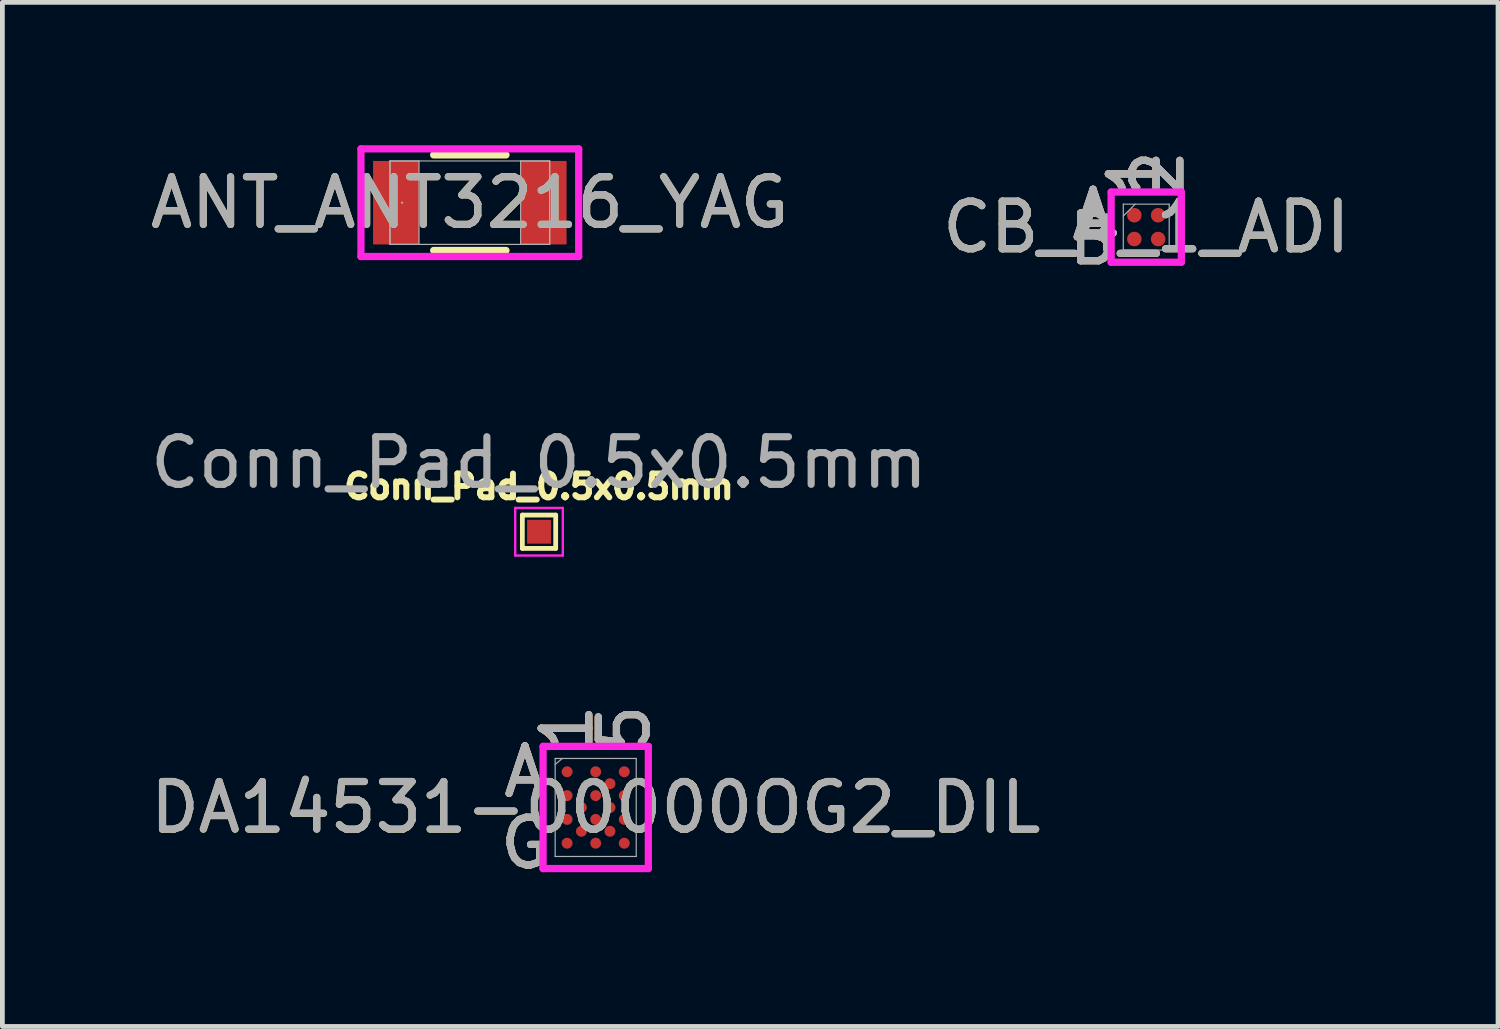
<source format=kicad_pcb>
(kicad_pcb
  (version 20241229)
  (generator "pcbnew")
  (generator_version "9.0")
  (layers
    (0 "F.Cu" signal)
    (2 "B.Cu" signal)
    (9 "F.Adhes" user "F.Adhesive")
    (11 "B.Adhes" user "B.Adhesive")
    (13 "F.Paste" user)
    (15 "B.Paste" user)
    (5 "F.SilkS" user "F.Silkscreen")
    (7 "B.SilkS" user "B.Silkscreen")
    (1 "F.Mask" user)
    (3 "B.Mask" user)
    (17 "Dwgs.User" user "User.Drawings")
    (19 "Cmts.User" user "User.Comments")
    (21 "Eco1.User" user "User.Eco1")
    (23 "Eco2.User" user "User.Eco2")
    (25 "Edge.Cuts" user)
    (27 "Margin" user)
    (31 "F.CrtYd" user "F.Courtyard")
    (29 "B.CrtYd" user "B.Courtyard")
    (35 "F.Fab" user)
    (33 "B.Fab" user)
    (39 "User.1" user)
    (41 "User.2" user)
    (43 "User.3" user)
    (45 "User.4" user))
  (footprint "DA14531-00000OG2_DIL"
    (layer "F.Cu")
    (at 9.458 13.905)
    (property "Reference" "DA14531-00000OG2_DIL" (at 0 0 0) (unlocked yes) (layer "F.SilkS") (effects (font (size 1 1) (thickness 0.15))))
    (attr smd)
    (fp_poly (pts (xy -1.194 -1.319) (xy 1.194 -1.319) (xy 1.194 1.319) (xy -1.194 1.319)) (stroke (width 0.1) (type solid)) (fill no) (layer "Eco2.User"))
    (fp_line (start -1.105 -1.283) (end 1.105 -1.283) (stroke (width 0.152) (type solid)) (layer "F.CrtYd"))
    (fp_line (start -1.105 1.283) (end -1.105 -1.283) (stroke (width 0.152) (type solid)) (layer "F.CrtYd"))
    (fp_line (start 1.105 -1.283) (end 1.105 1.283) (stroke (width 0.152) (type solid)) (layer "F.CrtYd"))
    (fp_line (start 1.105 1.283) (end -1.105 1.283) (stroke (width 0.152) (type solid)) (layer "F.CrtYd"))
    (fp_line (start -0.851 -1.029) (end -0.851 1.029) (stroke (width 0.025) (type solid)) (layer "F.Fab"))
    (fp_line (start -0.851 1.029) (end 0.851 1.029) (stroke (width 0.025) (type solid)) (layer "F.Fab"))
    (fp_line (start -0.701 -1.029) (end -0.851 -0.904) (stroke (width 0.025) (type solid)) (layer "F.Fab"))
    (fp_line (start 0.851 -1.029) (end -0.851 -1.029) (stroke (width 0.025) (type solid)) (layer "F.Fab"))
    (fp_line (start 0.851 1.029) (end 0.851 -1.029) (stroke (width 0.025) (type solid)) (layer "F.Fab"))
    (fp_text user "1" (at -0.6 -1.664 90) (unlocked yes) (layer "F.SilkS") (effects (font (size 1 1) (thickness 0.15))))
    (fp_text user "A" (at -1.486 -0.75 0) (unlocked yes) (layer "F.SilkS") (effects (font (size 1 1) (thickness 0.15))))
    (fp_text user "G" (at -1.486 0.75 0) (unlocked yes) (layer "F.SilkS") (effects (font (size 1 1) (thickness 0.15))))
    (fp_text user "5" (at 0.6 -1.664 90) (unlocked yes) (layer "F.SilkS") (effects (font (size 1 1) (thickness 0.15))))
    (fp_text user "5" (at 0.6 -1.664 90) (unlocked yes) (layer "B.SilkS") (effects (font (size 1 1) (thickness 0.15))))
    (fp_text user "1" (at -0.6 -1.664 90) (unlocked yes) (layer "B.SilkS") (effects (font (size 1 1) (thickness 0.15))))
    (fp_text user "A" (at -1.486 -0.75 0) (unlocked yes) (layer "B.SilkS") (effects (font (size 1 1) (thickness 0.15))))
    (fp_text user "G" (at -1.486 0.75 0) (unlocked yes) (layer "B.SilkS") (effects (font (size 1 1) (thickness 0.15))))
    (fp_text user "1" (at -0.6 -1.664 90) (unlocked yes) (layer "F.Fab") (effects (font (size 1 1) (thickness 0.15))))
    (fp_text user "5" (at 0.6 -1.664 90) (unlocked yes) (layer "F.Fab") (effects (font (size 1 1) (thickness 0.15))))
    (fp_text user "A" (at -1.486 -0.75 0) (unlocked yes) (layer "F.Fab") (effects (font (size 1 1) (thickness 0.15))))
    (fp_text user "G" (at -1.486 0.75 0) (unlocked yes) (layer "F.Fab") (effects (font (size 1 1) (thickness 0.15))))
    (fp_text user "${REFERENCE}" (at 0 0 0) (unlocked yes) (layer "F.Fab") (effects (font (size 1 1) (thickness 0.15))))
    (pad "A1" smd circle (at -0.6 -0.75) (size 0.229 0.229) (layers "F.Cu" "F.Mask" "F.Paste"))
    (pad "A3" smd circle (at 0 -0.75) (size 0.229 0.229) (layers "F.Cu" "F.Mask" "F.Paste"))
    (pad "A5" smd circle (at 0.6 -0.75) (size 0.229 0.229) (layers "F.Cu" "F.Mask" "F.Paste"))
    (pad "B4" smd circle (at 0.3 -0.5) (size 0.229 0.229) (layers "F.Cu" "F.Mask" "F.Paste"))
    (pad "C1" smd circle (at -0.6 -0.25) (size 0.229 0.229) (layers "F.Cu" "F.Mask" "F.Paste"))
    (pad "C3" smd circle (at 0 -0.25) (size 0.229 0.229) (layers "F.Cu" "F.Mask" "F.Paste"))
    (pad "C5" smd circle (at 0.6 -0.25) (size 0.229 0.229) (layers "F.Cu" "F.Mask" "F.Paste"))
    (pad "D2" smd circle (at -0.3 0) (size 0.229 0.229) (layers "F.Cu" "F.Mask" "F.Paste"))
    (pad "D4" smd circle (at 0.3 0) (size 0.229 0.229) (layers "F.Cu" "F.Mask" "F.Paste"))
    (pad "E1" smd circle (at -0.6 0.25) (size 0.229 0.229) (layers "F.Cu" "F.Mask" "F.Paste"))
    (pad "E3" smd circle (at 0 0.25) (size 0.229 0.229) (layers "F.Cu" "F.Mask" "F.Paste"))
    (pad "E5" smd circle (at 0.6 0.25) (size 0.229 0.229) (layers "F.Cu" "F.Mask" "F.Paste"))
    (pad "F2" smd circle (at -0.3 0.5) (size 0.229 0.229) (layers "F.Cu" "F.Mask" "F.Paste"))
    (pad "F4" smd circle (at 0.3 0.5) (size 0.229 0.229) (layers "F.Cu" "F.Mask" "F.Paste"))
    (pad "G1" smd circle (at -0.6 0.75) (size 0.229 0.229) (layers "F.Cu" "F.Mask" "F.Paste"))
    (pad "G3" smd circle (at 0 0.75) (size 0.229 0.229) (layers "F.Cu" "F.Mask" "F.Paste"))
    (pad "G5" smd circle (at 0.6 0.75) (size 0.229 0.229) (layers "F.Cu" "F.Mask" "F.Paste")))
  (footprint "ANT_ANT3216_YAG"
    (layer "F.Cu")
    (at 6.815 1.206)
    (property "Reference" "ANT_ANT3216_YAG" (at 0 0 0) (unlocked yes) (layer "F.SilkS") (effects (font (size 1 1) (thickness 0.15))))
    (attr smd)
    (fp_line (start -0.759 1.003) (end 0.759 1.003) (stroke (width 0.152) (type solid)) (layer "F.SilkS"))
    (fp_line (start 0.759 -1.003) (end -0.759 -1.003) (stroke (width 0.152) (type solid)) (layer "F.SilkS"))
    (fp_line (start -2.286 -1.13) (end 2.286 -1.13) (stroke (width 0.152) (type solid)) (layer "F.CrtYd"))
    (fp_line (start -2.286 1.13) (end -2.286 -1.13) (stroke (width 0.152) (type solid)) (layer "F.CrtYd"))
    (fp_line (start 2.286 -1.13) (end 2.286 1.13) (stroke (width 0.152) (type solid)) (layer "F.CrtYd"))
    (fp_line (start 2.286 1.13) (end -2.286 1.13) (stroke (width 0.152) (type solid)) (layer "F.CrtYd"))
    (fp_line (start -1.676 -0.876) (end -1.676 0.876) (stroke (width 0.025) (type solid)) (layer "F.Fab"))
    (fp_line (start -1.676 -0.876) (end -1.676 0.876) (stroke (width 0.025) (type solid)) (layer "F.Fab"))
    (fp_line (start -1.676 0.876) (end -1.067 0.876) (stroke (width 0.025) (type solid)) (layer "F.Fab"))
    (fp_line (start -1.676 0.876) (end 1.676 0.876) (stroke (width 0.025) (type solid)) (layer "F.Fab"))
    (fp_line (start -1.067 -0.876) (end -1.676 -0.876) (stroke (width 0.025) (type solid)) (layer "F.Fab"))
    (fp_line (start -1.067 0.876) (end -1.067 -0.876) (stroke (width 0.025) (type solid)) (layer "F.Fab"))
    (fp_line (start 1.067 -0.876) (end 1.067 0.876) (stroke (width 0.025) (type solid)) (layer "F.Fab"))
    (fp_line (start 1.067 0.876) (end 1.676 0.876) (stroke (width 0.025) (type solid)) (layer "F.Fab"))
    (fp_line (start 1.676 -0.876) (end -1.676 -0.876) (stroke (width 0.025) (type solid)) (layer "F.Fab"))
    (fp_line (start 1.676 -0.876) (end 1.067 -0.876) (stroke (width 0.025) (type solid)) (layer "F.Fab"))
    (fp_line (start 1.676 0.876) (end 1.676 -0.876) (stroke (width 0.025) (type solid)) (layer "F.Fab"))
    (fp_line (start 1.676 0.876) (end 1.676 -0.876) (stroke (width 0.025) (type solid)) (layer "F.Fab"))
    (fp_circle (center -1.422 0) (end -1.422 0) (stroke (width 0.025) (type solid)) (fill no) (layer "F.Fab"))
    (fp_text user "${REFERENCE}" (at 0 0 0) (unlocked yes) (layer "F.Fab") (effects (font (size 1 1) (thickness 0.15))))
    (pad "1" smd rect (at -1.549 0) (size 0.965 1.753) (layers "F.Cu" "F.Mask" "F.Paste"))
    (pad "2" smd rect (at 1.549 0) (size 0.965 1.753) (layers "F.Cu" "F.Mask" "F.Paste"))
    (zone (net_name "") (layer "F.Cu") (hatch full 0.508) (connect_pads) (min_thickness 0.254) (filled_areas_thickness no) (keepout (tracks not_allowed) (vias not_allowed) (pads allowed) (copperpour not_allowed) (footprints allowed)) (placement (enabled no)) (fill) (polygon (pts (xy 5.799 0.381) (xy 7.831 0.381) (xy 7.831 2.032) (xy 5.799 2.032)))))
  (footprint "CB_4_1_ADI"
    (layer "F.Cu")
    (at 21.018 1.719)
    (property "Reference" "CB_4_1_ADI" (at 0 0 0) (unlocked yes) (layer "F.SilkS") (effects (font (size 1 1) (thickness 0.15))))
    (attr smd)
    (fp_poly (pts (xy -0.945 -0.945) (xy 0.945 -0.945) (xy 0.945 0.945) (xy -0.945 0.945)) (stroke (width 0.1) (type solid)) (fill no) (layer "Eco2.User"))
    (fp_line (start -0.737 -0.737) (end 0.737 -0.737) (stroke (width 0.152) (type solid)) (layer "F.CrtYd"))
    (fp_line (start -0.737 0.737) (end -0.737 -0.737) (stroke (width 0.152) (type solid)) (layer "F.CrtYd"))
    (fp_line (start 0.737 -0.737) (end 0.737 0.737) (stroke (width 0.152) (type solid)) (layer "F.CrtYd"))
    (fp_line (start 0.737 0.737) (end -0.737 0.737) (stroke (width 0.152) (type solid)) (layer "F.CrtYd"))
    (fp_line (start -0.482 -0.482) (end -0.482 0.482) (stroke (width 0.025) (type solid)) (layer "F.Fab"))
    (fp_line (start -0.482 0.482) (end 0.482 0.482) (stroke (width 0.025) (type solid)) (layer "F.Fab"))
    (fp_line (start -0.233 -0.482) (end -0.482 -0.233) (stroke (width 0.025) (type solid)) (layer "F.Fab"))
    (fp_line (start 0.482 -0.482) (end -0.482 -0.482) (stroke (width 0.025) (type solid)) (layer "F.Fab"))
    (fp_line (start 0.482 0.482) (end 0.482 -0.482) (stroke (width 0.025) (type solid)) (layer "F.Fab"))
    (fp_text user "B" (at -1.117 0.25 0) (unlocked yes) (layer "F.SilkS") (effects (font (size 1 1) (thickness 0.15))))
    (fp_text user "2" (at 0.25 -1.117 90) (unlocked yes) (layer "F.SilkS") (effects (font (size 1 1) (thickness 0.15))))
    (fp_text user "A" (at -1.117 -0.25 0) (unlocked yes) (layer "F.SilkS") (effects (font (size 1 1) (thickness 0.15))))
    (fp_text user "1" (at -0.25 -1.117 90) (unlocked yes) (layer "F.SilkS") (effects (font (size 1 1) (thickness 0.15))))
    (fp_text user "B" (at -1.117 0.25 0) (unlocked yes) (layer "B.SilkS") (effects (font (size 1 1) (thickness 0.15))))
    (fp_text user "A" (at -1.117 -0.25 0) (unlocked yes) (layer "B.SilkS") (effects (font (size 1 1) (thickness 0.15))))
    (fp_text user "1" (at -0.25 -1.117 90) (unlocked yes) (layer "B.SilkS") (effects (font (size 1 1) (thickness 0.15))))
    (fp_text user "2" (at 0.25 -1.117 90) (unlocked yes) (layer "B.SilkS") (effects (font (size 1 1) (thickness 0.15))))
    (fp_text user "A" (at -1.117 -0.25 0) (unlocked yes) (layer "F.Fab") (effects (font (size 1 1) (thickness 0.15))))
    (fp_text user "1" (at -0.25 -1.117 90) (unlocked yes) (layer "F.Fab") (effects (font (size 1 1) (thickness 0.15))))
    (fp_text user "2" (at 0.25 -1.117 90) (unlocked yes) (layer "F.Fab") (effects (font (size 1 1) (thickness 0.15))))
    (fp_text user "B" (at -1.117 0.25 0) (unlocked yes) (layer "F.Fab") (effects (font (size 1 1) (thickness 0.15))))
    (fp_text user "${REFERENCE}" (at 0 0 0) (unlocked yes) (layer "F.Fab") (effects (font (size 1 1) (thickness 0.15))))
    (pad "A1" smd circle (at -0.25 -0.25) (size 0.305 0.305) (layers "F.Cu" "F.Mask" "F.Paste"))
    (pad "A2" smd circle (at 0.25 -0.25) (size 0.305 0.305) (layers "F.Cu" "F.Mask" "F.Paste"))
    (pad "B1" smd circle (at -0.25 0.25) (size 0.305 0.305) (layers "F.Cu" "F.Mask" "F.Paste"))
    (pad "B2" smd circle (at 0.25 0.25) (size 0.305 0.305) (layers "F.Cu" "F.Mask" "F.Paste")))
  (footprint "Conn_Pad_0.5x0.5mm"
    (layer "F.Cu")
    (at 8.268 8.115)
    (property "Reference" "Conn_Pad_0.5x0.5mm" (at 0 -0.948 0) (layer "F.SilkS") (effects (font (size 0.5 0.5) (thickness 0.125))))
    (attr exclude_from_pos_files exclude_from_bom)
    (fp_line (start -0.35 -0.35) (end 0.35 -0.35) (stroke (width 0.1) (type solid)) (layer "F.SilkS"))
    (fp_line (start -0.35 0.35) (end -0.35 -0.35) (stroke (width 0.1) (type solid)) (layer "F.SilkS"))
    (fp_line (start 0.35 -0.35) (end 0.35 0.35) (stroke (width 0.1) (type solid)) (layer "F.SilkS"))
    (fp_line (start 0.35 0.35) (end -0.35 0.35) (stroke (width 0.1) (type solid)) (layer "F.SilkS"))
    (fp_line (start -0.5 -0.5) (end -0.5 0.5) (stroke (width 0.05) (type solid)) (layer "F.CrtYd"))
    (fp_line (start -0.5 -0.5) (end 0.5 -0.5) (stroke (width 0.05) (type solid)) (layer "F.CrtYd"))
    (fp_line (start 0.5 0.5) (end -0.5 0.5) (stroke (width 0.05) (type solid)) (layer "F.CrtYd"))
    (fp_line (start 0.5 0.5) (end 0.5 -0.5) (stroke (width 0.05) (type solid)) (layer "F.CrtYd"))
    (fp_text user "${REFERENCE}" (at 0 -1.45 0) (layer "F.Fab") (effects (font (size 1 1) (thickness 0.15))))
    (pad "1" smd rect (at 0 0) (size 0.5 0.5) (layers "F.Cu" "F.Mask")))
  (gr_rect
    (start -3 -3)
    (end 28.405 18.503)
    (stroke (width 0.1) (type default))
    (fill no)
    (layer "Edge.Cuts")))
</source>
